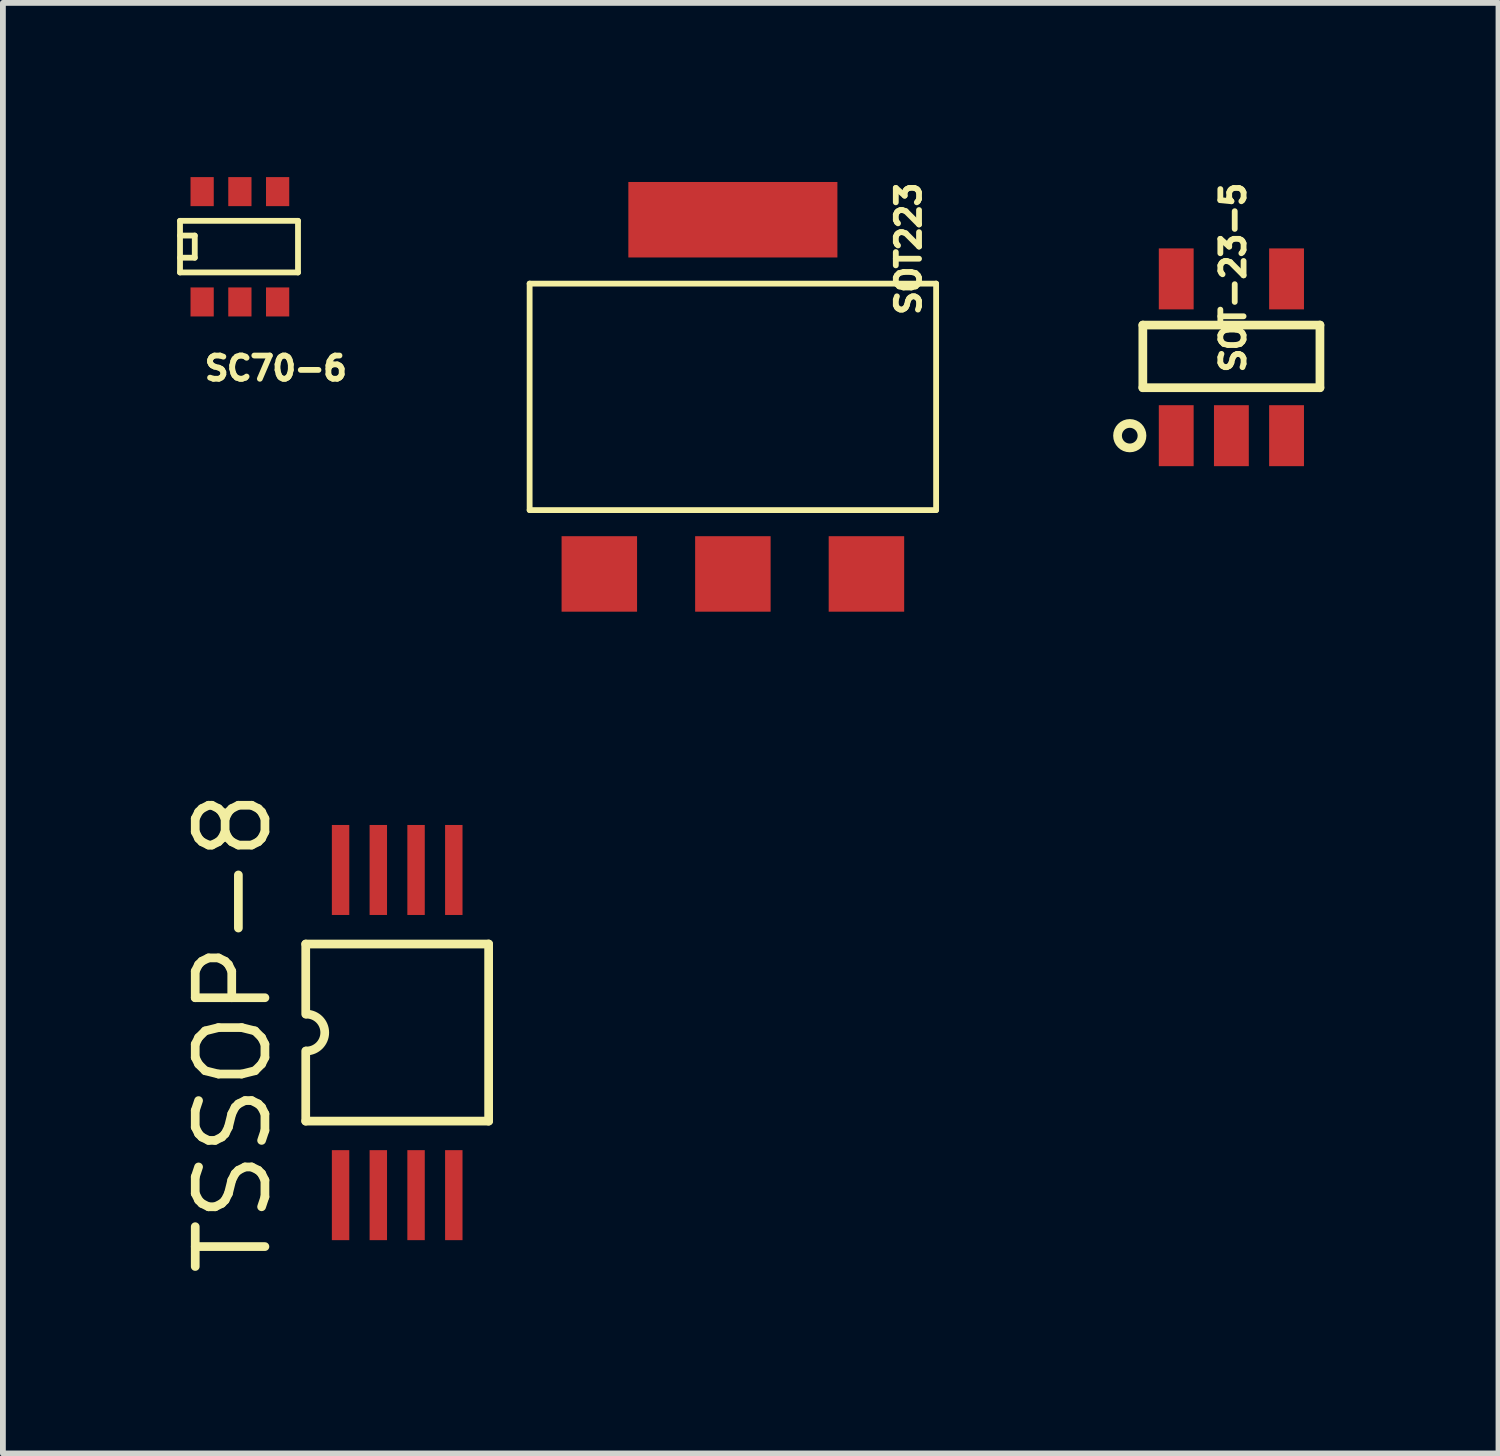
<source format=kicad_pcb>
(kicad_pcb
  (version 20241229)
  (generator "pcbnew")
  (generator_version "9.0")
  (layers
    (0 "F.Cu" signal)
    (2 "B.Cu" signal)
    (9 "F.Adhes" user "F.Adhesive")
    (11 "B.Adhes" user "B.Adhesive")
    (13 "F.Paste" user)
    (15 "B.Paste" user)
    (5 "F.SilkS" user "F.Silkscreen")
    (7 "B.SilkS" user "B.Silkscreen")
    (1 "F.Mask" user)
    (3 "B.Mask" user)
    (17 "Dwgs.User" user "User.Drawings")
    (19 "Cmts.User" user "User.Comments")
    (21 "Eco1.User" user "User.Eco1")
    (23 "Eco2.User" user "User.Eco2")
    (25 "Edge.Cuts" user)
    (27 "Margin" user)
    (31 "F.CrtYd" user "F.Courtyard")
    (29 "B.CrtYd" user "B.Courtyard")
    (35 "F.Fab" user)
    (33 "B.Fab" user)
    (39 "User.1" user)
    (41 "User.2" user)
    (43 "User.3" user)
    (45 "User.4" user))
  (footprint "SOT223"
    (layer "F.Cu")
    (at 9.571 3.784)
    (property "Reference" "SOT223" (at 3.026 -2.55 270) (layer "F.SilkS") (effects (font (size 0.4 0.4) (thickness 0.1))))
    (attr through_hole)
    (fp_line (start -3.5 -1.95) (end 3.5 -1.95) (stroke (width 0.1) (type solid)) (layer "F.SilkS"))
    (fp_line (start -3.5 1.95) (end -3.5 -1.95) (stroke (width 0.1) (type solid)) (layer "F.SilkS"))
    (fp_line (start -3.5 1.95) (end 3.5 1.95) (stroke (width 0.1) (type solid)) (layer "F.SilkS"))
    (fp_line (start 3.5 1.95) (end 3.5 -1.95) (stroke (width 0.1) (type solid)) (layer "F.SilkS"))
    (pad "1" smd rect (at -2.3 3.05) (size 1.3 1.3) (layers "F.Cu" "F.Mask" "F.Paste"))
    (pad "2" smd rect (at 0 3.05) (size 1.3 1.3) (layers "F.Cu" "F.Mask" "F.Paste"))
    (pad "3" smd rect (at 2.3 3.05) (size 1.3 1.3) (layers "F.Cu" "F.Mask" "F.Paste"))
    (pad "4" smd rect (at 0 -3.05) (size 3.6 1.3) (layers "F.Cu" "F.Mask" "F.Paste")))
  (footprint "SC70-6"
    (layer "F.Cu")
    (at 0.431 2.15)
    (property "Reference" "SC70-6" (at 1.27 1.143 0) (layer "F.SilkS") (effects (font (size 0.4 0.4) (thickness 0.1))))
    (attr through_hole)
    (fp_line (start -0.381 -1.397) (end 1.651 -1.397) (stroke (width 0.1) (type solid)) (layer "F.SilkS"))
    (fp_line (start -0.381 -1.143) (end -0.127 -1.143) (stroke (width 0.1) (type solid)) (layer "F.SilkS"))
    (fp_line (start -0.381 -0.762) (end -0.127 -0.762) (stroke (width 0.1) (type solid)) (layer "F.SilkS"))
    (fp_line (start -0.381 -0.508) (end -0.381 -1.397) (stroke (width 0.1) (type solid)) (layer "F.SilkS"))
    (fp_line (start -0.381 -0.508) (end 1.651 -0.508) (stroke (width 0.1) (type solid)) (layer "F.SilkS"))
    (fp_line (start -0.127 -0.762) (end -0.127 -1.143) (stroke (width 0.1) (type solid)) (layer "F.SilkS"))
    (fp_line (start 1.651 -0.508) (end 1.651 -1.397) (stroke (width 0.1) (type solid)) (layer "F.SilkS"))
    (pad "1" smd rect (at 0 0) (size 0.4 0.5) (layers "F.Cu" "F.Mask" "F.Paste"))
    (pad "2" smd rect (at 0.65 0) (size 0.4 0.5) (layers "F.Cu" "F.Mask" "F.Paste"))
    (pad "3" smd rect (at 1.3 0) (size 0.4 0.5) (layers "F.Cu" "F.Mask" "F.Paste"))
    (pad "4" smd rect (at 1.3 -1.9) (size 0.4 0.5) (layers "F.Cu" "F.Mask" "F.Paste"))
    (pad "5" smd rect (at 0.65 -1.9) (size 0.4 0.5) (layers "F.Cu" "F.Mask" "F.Paste"))
    (pad "6" smd rect (at 0 -1.9) (size 0.4 0.5) (layers "F.Cu" "F.Mask" "F.Paste")))
  (footprint "TSSOP-8"
    (layer "F.Cu")
    (at 3.79 14.732)
    (property "Reference" "TSSOP-8" (at -2.825 0 90) (layer "F.SilkS") (effects (font (size 1.2 1.2) (thickness 0.15))))
    (attr through_hole)
    (fp_line (start -1.575 -1.524) (end -1.575 -0.318) (stroke (width 0.15) (type solid)) (layer "F.SilkS"))
    (fp_line (start -1.575 0.318) (end -1.575 1.525) (stroke (width 0.15) (type solid)) (layer "F.SilkS"))
    (fp_line (start -1.575 1.525) (end 1.575 1.525) (stroke (width 0.15) (type solid)) (layer "F.SilkS"))
    (fp_line (start 1.575 -1.525) (end -1.575 -1.525) (stroke (width 0.15) (type solid)) (layer "F.SilkS"))
    (fp_line (start 1.575 1.525) (end 1.575 -1.525) (stroke (width 0.15) (type solid)) (layer "F.SilkS"))
    (fp_arc (start -1.565 -0.3175) (mid -1.2475 0) (end -1.565 0.3175) (stroke (width 0.15) (type solid)) (layer "F.SilkS"))
    (pad "1" smd rect (at -0.975 2.8) (size 0.3 1.55) (layers "F.Cu" "F.Mask" "F.Paste"))
    (pad "2" smd rect (at -0.325 2.8) (size 0.3 1.55) (layers "F.Cu" "F.Mask" "F.Paste"))
    (pad "3" smd rect (at 0.325 2.8) (size 0.3 1.55) (layers "F.Cu" "F.Mask" "F.Paste"))
    (pad "4" smd rect (at 0.975 2.8) (size 0.3 1.55) (layers "F.Cu" "F.Mask" "F.Paste"))
    (pad "5" smd rect (at 0.975 -2.8) (size 0.3 1.55) (layers "F.Cu" "F.Mask" "F.Paste"))
    (pad "6" smd rect (at 0.325 -2.8) (size 0.3 1.55) (layers "F.Cu" "F.Mask" "F.Paste"))
    (pad "7" smd rect (at -0.325 -2.8) (size 0.3 1.55) (layers "F.Cu" "F.Mask" "F.Paste"))
    (pad "8" smd rect (at -0.975 -2.8) (size 0.3 1.55) (layers "F.Cu" "F.Mask" "F.Paste")))
  (footprint "SOT-23-5"
    (layer "F.Cu")
    (at 18.156 3.103)
    (property "Reference" "SOT-23-5" (at 0.03 -1.373 90) (layer "F.SilkS") (effects (font (size 0.4 0.4) (thickness 0.1))))
    (attr through_hole)
    (fp_line (start -1.525 -0.555) (end -1.525 0.524) (stroke (width 0.15) (type solid)) (layer "F.SilkS"))
    (fp_line (start -1.525 0.524) (end 1.525 0.524) (stroke (width 0.15) (type solid)) (layer "F.SilkS"))
    (fp_line (start 1.525 -0.555) (end -1.525 -0.555) (stroke (width 0.15) (type solid)) (layer "F.SilkS"))
    (fp_line (start 1.525 0.524) (end 1.525 -0.555) (stroke (width 0.15) (type solid)) (layer "F.SilkS"))
    (fp_circle (center -1.75 1.35) (end -1.839 1.159) (stroke (width 0.15) (type solid)) (fill no) (layer "F.SilkS"))
    (pad "1" smd rect (at -0.95 1.35) (size 0.6 1.05) (layers "F.Cu" "F.Mask" "F.Paste"))
    (pad "2" smd rect (at 0 1.35) (size 0.6 1.05) (layers "F.Cu" "F.Mask" "F.Paste"))
    (pad "3" smd rect (at 0.95 1.35) (size 0.6 1.05) (layers "F.Cu" "F.Mask" "F.Paste"))
    (pad "4" smd rect (at 0.95 -1.35) (size 0.6 1.05) (layers "F.Cu" "F.Mask" "F.Paste"))
    (pad "5" smd rect (at -0.95 -1.35) (size 0.6 1.05) (layers "F.Cu" "F.Mask" "F.Paste")))
  (gr_rect
    (start -3 -3)
    (end 22.756 21.98)
    (stroke (width 0.1) (type default))
    (fill no)
    (layer "Edge.Cuts")))
</source>
